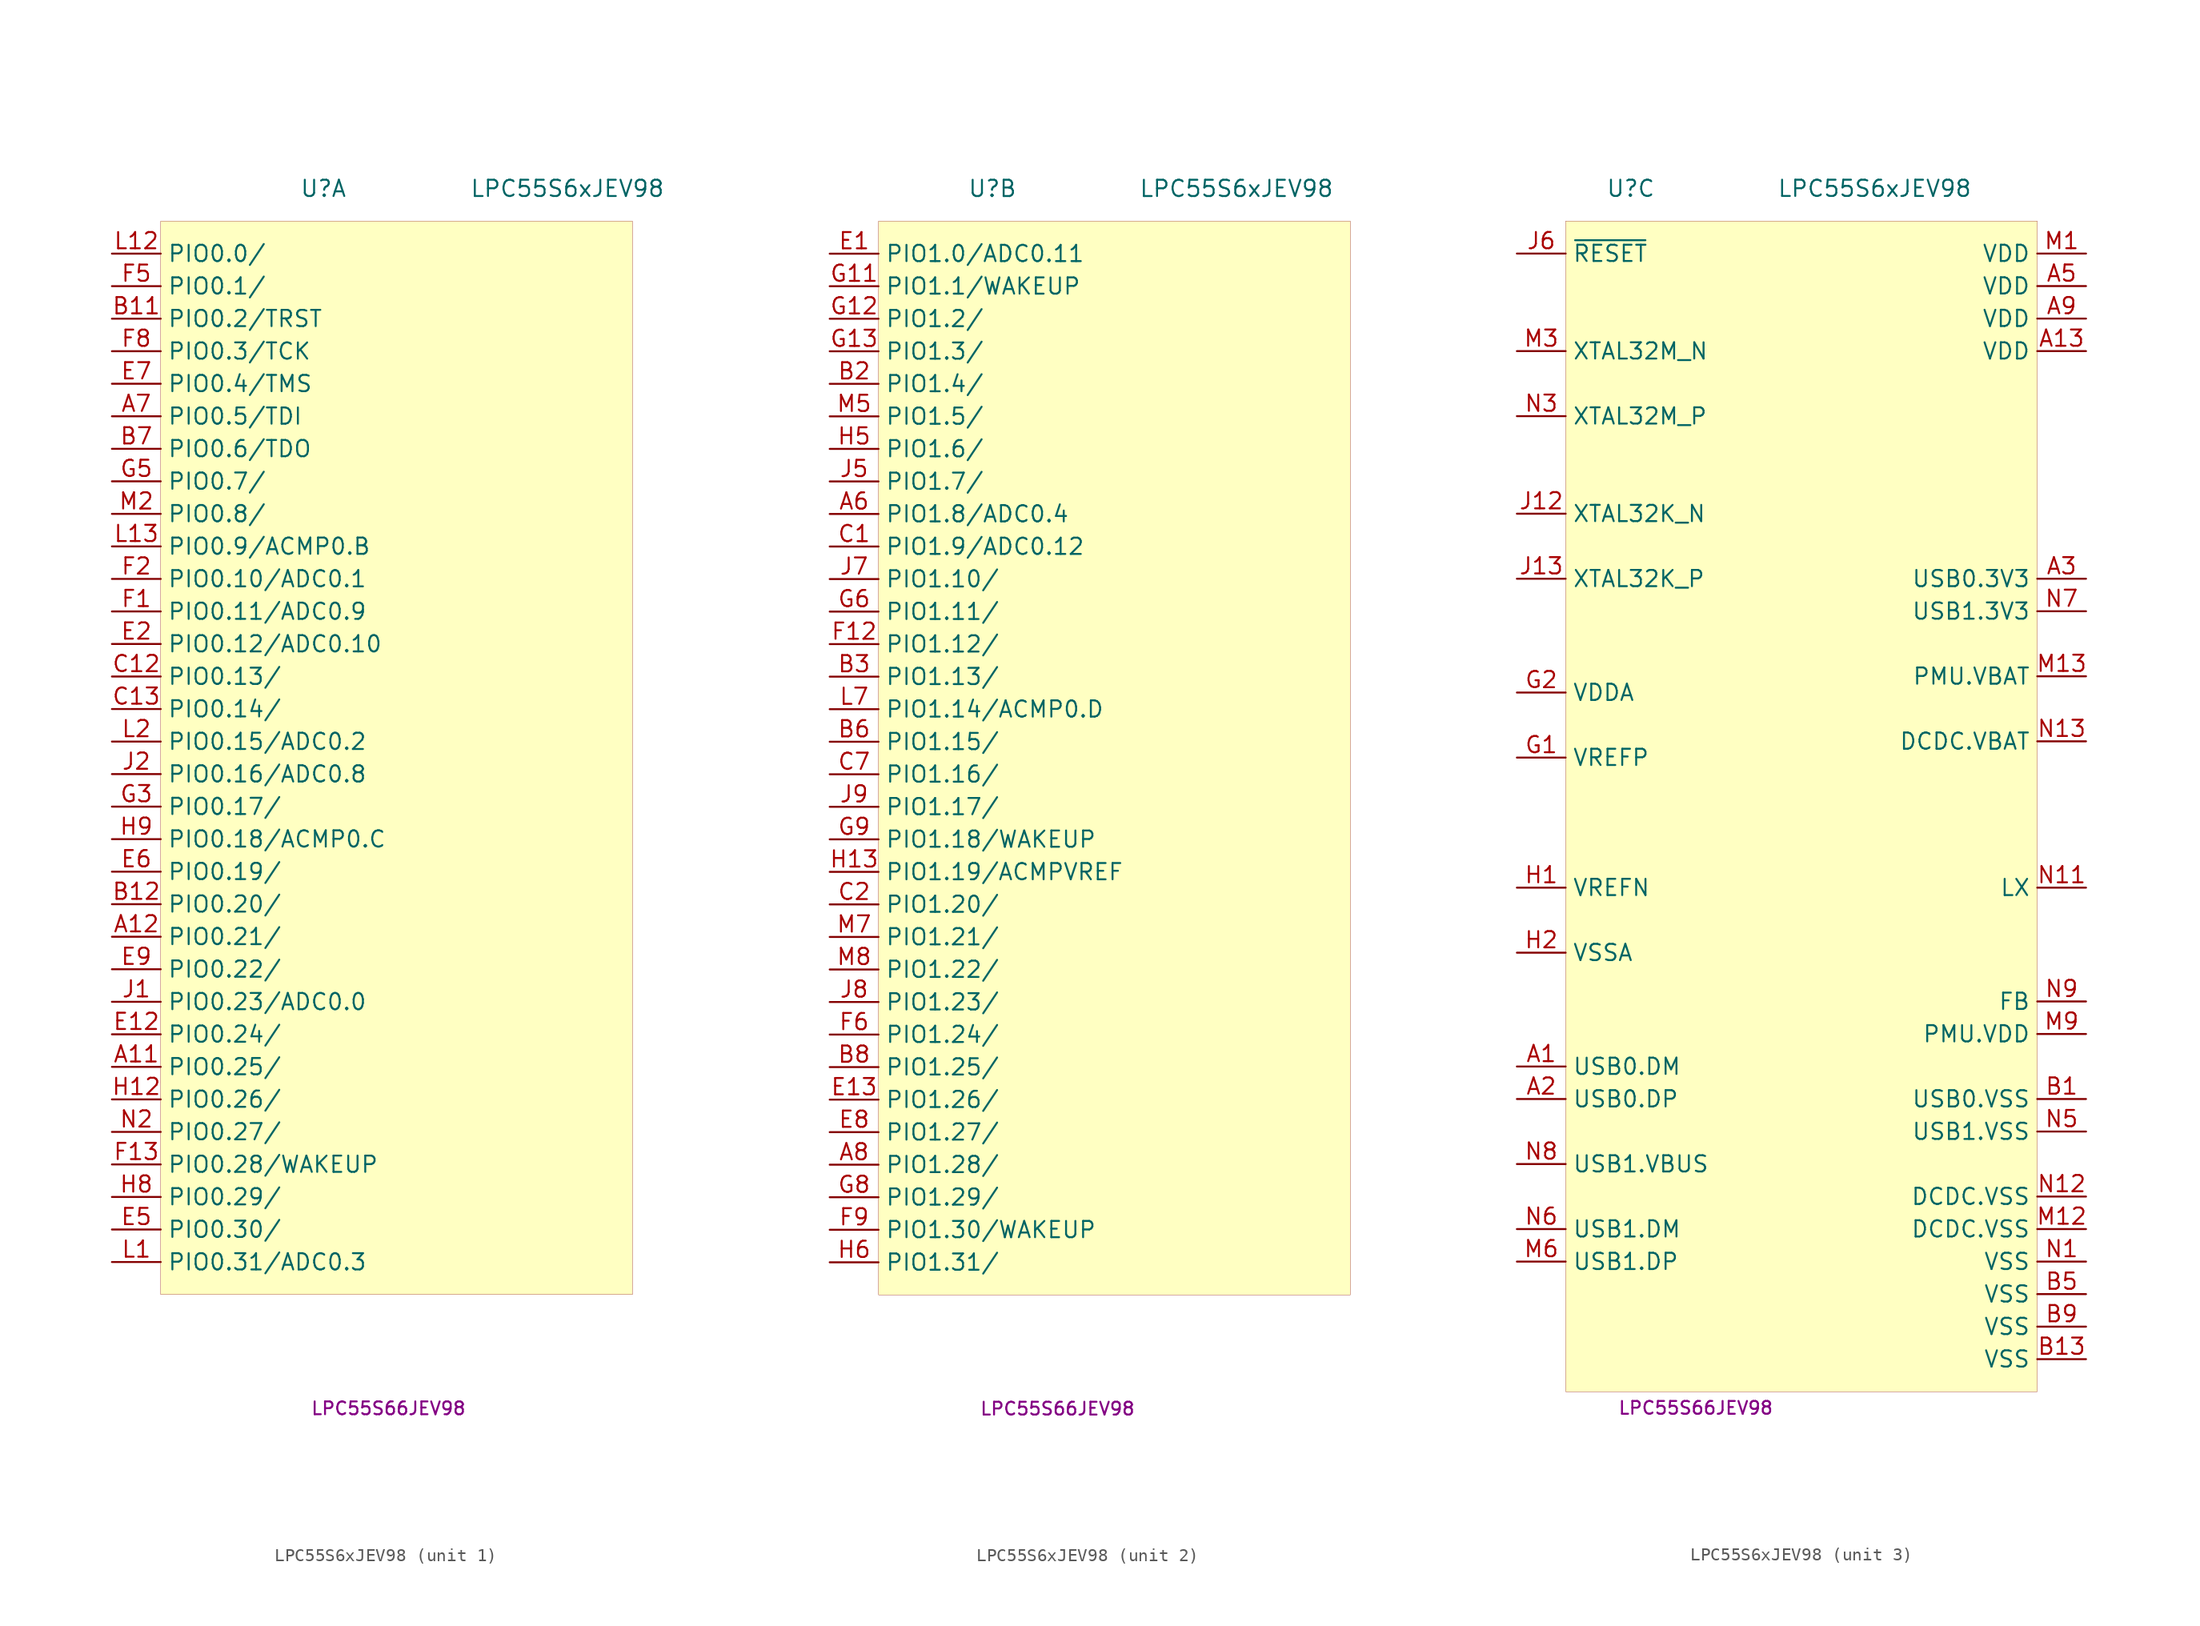
<source format=kicad_sym>
(kicad_symbol_lib
  (version 20231120)
  (generator "kicad_symbol_editor")
  (generator_version "8.0")
  (symbol "LPC55S6xJEV98"
    (property "Reference" "U"
      (at -5.08 46.99 0)
      (effects (font (size 1.27 1.27))))
    (property "Value" "LPC55S6xJEV98"
      (at 13.97 46.99 0)
      (effects (font (size 1.27 1.27))))
    (property "MPN" "LPC55S66JEV98"
      (at 0 -48.26 0)
      (effects (font (size 1 1))))
    (property "ki_locked" ""
      (at 0 0 0)
      (effects (font (size 1.27 1.27))))
    (symbol "LPC55S6xJEV98_1_1"
      (rectangle (start -17.78 44.45) (end 19.05 -39.37) (stroke (width 0.001) (type default)) (fill (type background)))
      (pin bidirectional line (at -21.59 -21.59 0) (length 3.81) (name "PIO0.25/" (effects (font (size 1.27 1.27)))) (number "A11" (effects (font (size 1.27 1.27)))))
      (pin bidirectional line (at -21.59 -11.43 0) (length 3.81) (name "PIO0.21/" (effects (font (size 1.27 1.27)))) (number "A12" (effects (font (size 1.27 1.27)))))
      (pin bidirectional line (at -21.59 29.21 0) (length 3.81) (name "PIO0.5/TDI" (effects (font (size 1.27 1.27)))) (number "A7" (effects (font (size 1.27 1.27)))))
      (pin bidirectional line (at -21.59 36.83 0) (length 3.81) (name "PIO0.2/TRST" (effects (font (size 1.27 1.27)))) (number "B11" (effects (font (size 1.27 1.27)))))
      (pin bidirectional line (at -21.59 -8.89 0) (length 3.81) (name "PIO0.20/" (effects (font (size 1.27 1.27)))) (number "B12" (effects (font (size 1.27 1.27)))))
      (pin bidirectional line (at -21.59 26.67 0) (length 3.81) (name "PIO0.6/TDO" (effects (font (size 1.27 1.27)))) (number "B7" (effects (font (size 1.27 1.27)))))
      (pin bidirectional line (at -21.59 8.89 0) (length 3.81) (name "PIO0.13/" (effects (font (size 1.27 1.27)))) (number "C12" (effects (font (size 1.27 1.27)))))
      (pin bidirectional line (at -21.59 6.35 0) (length 3.81) (name "PIO0.14/" (effects (font (size 1.27 1.27)))) (number "C13" (effects (font (size 1.27 1.27)))))
      (pin bidirectional line (at -21.59 -19.05 0) (length 3.81) (name "PIO0.24/" (effects (font (size 1.27 1.27)))) (number "E12" (effects (font (size 1.27 1.27)))))
      (pin bidirectional line (at -21.59 11.43 0) (length 3.81) (name "PIO0.12/ADC0.10" (effects (font (size 1.27 1.27)))) (number "E2" (effects (font (size 1.27 1.27)))))
      (pin bidirectional line (at -21.59 -34.29 0) (length 3.81) (name "PIO0.30/" (effects (font (size 1.27 1.27)))) (number "E5" (effects (font (size 1.27 1.27)))))
      (pin bidirectional line (at -21.59 -6.35 0) (length 3.81) (name "PIO0.19/" (effects (font (size 1.27 1.27)))) (number "E6" (effects (font (size 1.27 1.27)))))
      (pin bidirectional line (at -21.59 31.75 0) (length 3.81) (name "PIO0.4/TMS" (effects (font (size 1.27 1.27)))) (number "E7" (effects (font (size 1.27 1.27)))))
      (pin bidirectional line (at -21.59 -13.97 0) (length 3.81) (name "PIO0.22/" (effects (font (size 1.27 1.27)))) (number "E9" (effects (font (size 1.27 1.27)))))
      (pin bidirectional line (at -21.59 13.97 0) (length 3.81) (name "PIO0.11/ADC0.9" (effects (font (size 1.27 1.27)))) (number "F1" (effects (font (size 1.27 1.27)))))
      (pin bidirectional line (at -21.59 -29.21 0) (length 3.81) (name "PIO0.28/WAKEUP" (effects (font (size 1.27 1.27)))) (number "F13" (effects (font (size 1.27 1.27)))))
      (pin bidirectional line (at -21.59 16.51 0) (length 3.81) (name "PIO0.10/ADC0.1" (effects (font (size 1.27 1.27)))) (number "F2" (effects (font (size 1.27 1.27)))))
      (pin bidirectional line (at -21.59 39.37 0) (length 3.81) (name "PIO0.1/" (effects (font (size 1.27 1.27)))) (number "F5" (effects (font (size 1.27 1.27)))))
      (pin bidirectional line (at -21.59 34.29 0) (length 3.81) (name "PIO0.3/TCK" (effects (font (size 1.27 1.27)))) (number "F8" (effects (font (size 1.27 1.27)))))
      (pin bidirectional line (at -21.59 -1.27 0) (length 3.81) (name "PIO0.17/" (effects (font (size 1.27 1.27)))) (number "G3" (effects (font (size 1.27 1.27)))))
      (pin bidirectional line (at -21.59 24.13 0) (length 3.81) (name "PIO0.7/" (effects (font (size 1.27 1.27)))) (number "G5" (effects (font (size 1.27 1.27)))))
      (pin bidirectional line (at -21.59 -24.13 0) (length 3.81) (name "PIO0.26/" (effects (font (size 1.27 1.27)))) (number "H12" (effects (font (size 1.27 1.27)))))
      (pin bidirectional line (at -21.59 -31.75 0) (length 3.81) (name "PIO0.29/" (effects (font (size 1.27 1.27)))) (number "H8" (effects (font (size 1.27 1.27)))))
      (pin bidirectional line (at -21.59 -3.81 0) (length 3.81) (name "PIO0.18/ACMP0.C" (effects (font (size 1.27 1.27)))) (number "H9" (effects (font (size 1.27 1.27)))))
      (pin bidirectional line (at -21.59 -16.51 0) (length 3.81) (name "PIO0.23/ADC0.0" (effects (font (size 1.27 1.27)))) (number "J1" (effects (font (size 1.27 1.27)))))
      (pin bidirectional line (at -21.59 1.27 0) (length 3.81) (name "PIO0.16/ADC0.8" (effects (font (size 1.27 1.27)))) (number "J2" (effects (font (size 1.27 1.27)))))
      (pin bidirectional line (at -21.59 -36.83 0) (length 3.81) (name "PIO0.31/ADC0.3" (effects (font (size 1.27 1.27)))) (number "L1" (effects (font (size 1.27 1.27)))))
      (pin bidirectional line (at -21.59 41.91 0) (length 3.81) (name "PIO0.0/" (effects (font (size 1.27 1.27)))) (number "L12" (effects (font (size 1.27 1.27)))))
      (pin bidirectional line (at -21.59 19.05 0) (length 3.81) (name "PIO0.9/ACMP0.B" (effects (font (size 1.27 1.27)))) (number "L13" (effects (font (size 1.27 1.27)))))
      (pin bidirectional line (at -21.59 3.81 0) (length 3.81) (name "PIO0.15/ADC0.2" (effects (font (size 1.27 1.27)))) (number "L2" (effects (font (size 1.27 1.27)))))
      (pin bidirectional line (at -21.59 21.59 0) (length 3.81) (name "PIO0.8/" (effects (font (size 1.27 1.27)))) (number "M2" (effects (font (size 1.27 1.27)))))
      (pin bidirectional line (at -21.59 -26.67 0) (length 3.81) (name "PIO0.27/" (effects (font (size 1.27 1.27)))) (number "N2" (effects (font (size 1.27 1.27))))))
    (symbol "LPC55S6xJEV98_2_1"
      (rectangle (start -13.97 44.45) (end 22.86 -39.37) (stroke (width 0.001) (type default)) (fill (type background)))
      (pin bidirectional line (at -17.78 21.59 0) (length 3.81) (name "PIO1.8/ADC0.4" (effects (font (size 1.27 1.27)))) (number "A6" (effects (font (size 1.27 1.27)))))
      (pin bidirectional line (at -17.78 -29.21 0) (length 3.81) (name "PIO1.28/" (effects (font (size 1.27 1.27)))) (number "A8" (effects (font (size 1.27 1.27)))))
      (pin bidirectional line (at -17.78 31.75 0) (length 3.81) (name "PIO1.4/" (effects (font (size 1.27 1.27)))) (number "B2" (effects (font (size 1.27 1.27)))))
      (pin bidirectional line (at -17.78 8.89 0) (length 3.81) (name "PIO1.13/" (effects (font (size 1.27 1.27)))) (number "B3" (effects (font (size 1.27 1.27)))))
      (pin bidirectional line (at -17.78 3.81 0) (length 3.81) (name "PIO1.15/" (effects (font (size 1.27 1.27)))) (number "B6" (effects (font (size 1.27 1.27)))))
      (pin bidirectional line (at -17.78 -21.59 0) (length 3.81) (name "PIO1.25/" (effects (font (size 1.27 1.27)))) (number "B8" (effects (font (size 1.27 1.27)))))
      (pin bidirectional line (at -17.78 19.05 0) (length 3.81) (name "PIO1.9/ADC0.12" (effects (font (size 1.27 1.27)))) (number "C1" (effects (font (size 1.27 1.27)))))
      (pin bidirectional line (at -17.78 -8.89 0) (length 3.81) (name "PIO1.20/" (effects (font (size 1.27 1.27)))) (number "C2" (effects (font (size 1.27 1.27)))))
      (pin bidirectional line (at -17.78 1.27 0) (length 3.81) (name "PIO1.16/" (effects (font (size 1.27 1.27)))) (number "C7" (effects (font (size 1.27 1.27)))))
      (pin bidirectional line (at -17.78 41.91 0) (length 3.81) (name "PIO1.0/ADC0.11" (effects (font (size 1.27 1.27)))) (number "E1" (effects (font (size 1.27 1.27)))))
      (pin bidirectional line (at -17.78 -24.13 0) (length 3.81) (name "PIO1.26/" (effects (font (size 1.27 1.27)))) (number "E13" (effects (font (size 1.27 1.27)))))
      (pin bidirectional line (at -17.78 -26.67 0) (length 3.81) (name "PIO1.27/" (effects (font (size 1.27 1.27)))) (number "E8" (effects (font (size 1.27 1.27)))))
      (pin bidirectional line (at -17.78 11.43 0) (length 3.81) (name "PIO1.12/" (effects (font (size 1.27 1.27)))) (number "F12" (effects (font (size 1.27 1.27)))))
      (pin bidirectional line (at -17.78 -19.05 0) (length 3.81) (name "PIO1.24/" (effects (font (size 1.27 1.27)))) (number "F6" (effects (font (size 1.27 1.27)))))
      (pin bidirectional line (at -17.78 -34.29 0) (length 3.81) (name "PIO1.30/WAKEUP" (effects (font (size 1.27 1.27)))) (number "F9" (effects (font (size 1.27 1.27)))))
      (pin bidirectional line (at -17.78 39.37 0) (length 3.81) (name "PIO1.1/WAKEUP" (effects (font (size 1.27 1.27)))) (number "G11" (effects (font (size 1.27 1.27)))))
      (pin bidirectional line (at -17.78 36.83 0) (length 3.81) (name "PIO1.2/" (effects (font (size 1.27 1.27)))) (number "G12" (effects (font (size 1.27 1.27)))))
      (pin bidirectional line (at -17.78 34.29 0) (length 3.81) (name "PIO1.3/" (effects (font (size 1.27 1.27)))) (number "G13" (effects (font (size 1.27 1.27)))))
      (pin bidirectional line (at -17.78 13.97 0) (length 3.81) (name "PIO1.11/" (effects (font (size 1.27 1.27)))) (number "G6" (effects (font (size 1.27 1.27)))))
      (pin bidirectional line (at -17.78 -31.75 0) (length 3.81) (name "PIO1.29/" (effects (font (size 1.27 1.27)))) (number "G8" (effects (font (size 1.27 1.27)))))
      (pin bidirectional line (at -17.78 -3.81 0) (length 3.81) (name "PIO1.18/WAKEUP" (effects (font (size 1.27 1.27)))) (number "G9" (effects (font (size 1.27 1.27)))))
      (pin bidirectional line (at -17.78 -6.35 0) (length 3.81) (name "PIO1.19/ACMPVREF" (effects (font (size 1.27 1.27)))) (number "H13" (effects (font (size 1.27 1.27)))))
      (pin bidirectional line (at -17.78 26.67 0) (length 3.81) (name "PIO1.6/" (effects (font (size 1.27 1.27)))) (number "H5" (effects (font (size 1.27 1.27)))))
      (pin bidirectional line (at -17.78 -36.83 0) (length 3.81) (name "PIO1.31/" (effects (font (size 1.27 1.27)))) (number "H6" (effects (font (size 1.27 1.27)))))
      (pin bidirectional line (at -17.78 24.13 0) (length 3.81) (name "PIO1.7/" (effects (font (size 1.27 1.27)))) (number "J5" (effects (font (size 1.27 1.27)))))
      (pin bidirectional line (at -17.78 16.51 0) (length 3.81) (name "PIO1.10/" (effects (font (size 1.27 1.27)))) (number "J7" (effects (font (size 1.27 1.27)))))
      (pin bidirectional line (at -17.78 -16.51 0) (length 3.81) (name "PIO1.23/" (effects (font (size 1.27 1.27)))) (number "J8" (effects (font (size 1.27 1.27)))))
      (pin bidirectional line (at -17.78 -1.27 0) (length 3.81) (name "PIO1.17/" (effects (font (size 1.27 1.27)))) (number "J9" (effects (font (size 1.27 1.27)))))
      (pin bidirectional line (at -17.78 6.35 0) (length 3.81) (name "PIO1.14/ACMP0.D" (effects (font (size 1.27 1.27)))) (number "L7" (effects (font (size 1.27 1.27)))))
      (pin bidirectional line (at -17.78 29.21 0) (length 3.81) (name "PIO1.5/" (effects (font (size 1.27 1.27)))) (number "M5" (effects (font (size 1.27 1.27)))))
      (pin bidirectional line (at -17.78 -11.43 0) (length 3.81) (name "PIO1.21/" (effects (font (size 1.27 1.27)))) (number "M7" (effects (font (size 1.27 1.27)))))
      (pin bidirectional line (at -17.78 -13.97 0) (length 3.81) (name "PIO1.22/" (effects (font (size 1.27 1.27)))) (number "M8" (effects (font (size 1.27 1.27))))))
    (symbol "LPC55S6xJEV98_3_1"
      (rectangle (start -10.16 44.45) (end 26.67 -46.99) (stroke (width 0.001) (type default)) (fill (type background)))
      (pin bidirectional line (at -13.97 -21.59 0) (length 3.81) (name "USB0.DM" (effects (font (size 1.27 1.27)))) (number "A1" (effects (font (size 1.27 1.27)))))
      (pin power_in line (at 30.48 34.29 180) (length 3.81) (name "VDD" (effects (font (size 1.27 1.27)))) (number "A13" (effects (font (size 1.27 1.27)))))
      (pin bidirectional line (at -13.97 -24.13 0) (length 3.81) (name "USB0.DP" (effects (font (size 1.27 1.27)))) (number "A2" (effects (font (size 1.27 1.27)))))
      (pin power_in line (at 30.48 16.51 180) (length 3.81) (name "USB0.3V3" (effects (font (size 1.27 1.27)))) (number "A3" (effects (font (size 1.27 1.27)))))
      (pin power_in line (at 30.48 39.37 180) (length 3.81) (name "VDD" (effects (font (size 1.27 1.27)))) (number "A5" (effects (font (size 1.27 1.27)))))
      (pin power_in line (at 30.48 36.83 180) (length 3.81) (name "VDD" (effects (font (size 1.27 1.27)))) (number "A9" (effects (font (size 1.27 1.27)))))
      (pin bidirectional line (at 30.48 -24.13 180) (length 3.81) (name "USB0.VSS" (effects (font (size 1.27 1.27)))) (number "B1" (effects (font (size 1.27 1.27)))))
      (pin power_in line (at 30.48 -44.45 180) (length 3.81) (name "VSS" (effects (font (size 1.27 1.27)))) (number "B13" (effects (font (size 1.27 1.27)))))
      (pin power_in line (at 30.48 -39.37 180) (length 3.81) (name "VSS" (effects (font (size 1.27 1.27)))) (number "B5" (effects (font (size 1.27 1.27)))))
      (pin power_in line (at 30.48 -41.91 180) (length 3.81) (name "VSS" (effects (font (size 1.27 1.27)))) (number "B9" (effects (font (size 1.27 1.27)))))
      (pin passive line (at -13.97 2.54 0) (length 3.81) (name "VREFP" (effects (font (size 1.27 1.27)))) (number "G1" (effects (font (size 1.27 1.27)))))
      (pin power_in line (at -13.97 7.62 0) (length 3.81) (name "VDDA" (effects (font (size 1.27 1.27)))) (number "G2" (effects (font (size 1.27 1.27)))))
      (pin passive line (at -13.97 -7.62 0) (length 3.81) (name "VREFN" (effects (font (size 1.27 1.27)))) (number "H1" (effects (font (size 1.27 1.27)))))
      (pin passive line (at -13.97 -12.7 0) (length 3.81) (name "VSSA" (effects (font (size 1.27 1.27)))) (number "H2" (effects (font (size 1.27 1.27)))))
      (pin output line (at -13.97 21.59 0) (length 3.81) (name "XTAL32K_N" (effects (font (size 1.27 1.27)))) (number "J12" (effects (font (size 1.27 1.27)))))
      (pin input line (at -13.97 16.51 0) (length 3.81) (name "XTAL32K_P" (effects (font (size 1.27 1.27)))) (number "J13" (effects (font (size 1.27 1.27)))))
      (pin input line (at -13.97 41.91 0) (length 3.81) (name "~{RESET}" (effects (font (size 1.27 1.27)))) (number "J6" (effects (font (size 1.27 1.27)))))
      (pin power_in line (at 30.48 41.91 180) (length 3.81) (name "VDD" (effects (font (size 1.27 1.27)))) (number "M1" (effects (font (size 1.27 1.27)))))
      (pin power_in line (at 30.48 -34.29 180) (length 3.81) (name "DCDC.VSS" (effects (font (size 1.27 1.27)))) (number "M12" (effects (font (size 1.27 1.27)))))
      (pin power_in line (at 30.48 8.89 180) (length 3.81) (name "PMU.VBAT" (effects (font (size 1.27 1.27)))) (number "M13" (effects (font (size 1.27 1.27)))))
      (pin output line (at -13.97 34.29 0) (length 3.81) (name "XTAL32M_N" (effects (font (size 1.27 1.27)))) (number "M3" (effects (font (size 1.27 1.27)))))
      (pin bidirectional line (at -13.97 -36.83 0) (length 3.81) (name "USB1.DP" (effects (font (size 1.27 1.27)))) (number "M6" (effects (font (size 1.27 1.27)))))
      (pin power_in line (at 30.48 -19.05 180) (length 3.81) (name "PMU.VDD" (effects (font (size 1.27 1.27)))) (number "M9" (effects (font (size 1.27 1.27)))))
      (pin power_in line (at 30.48 -36.83 180) (length 3.81) (name "VSS" (effects (font (size 1.27 1.27)))) (number "N1" (effects (font (size 1.27 1.27)))))
      (pin power_out line (at 30.48 -7.62 180) (length 3.81) (name "LX" (effects (font (size 1.27 1.27)))) (number "N11" (effects (font (size 1.27 1.27)))))
      (pin power_in line (at 30.48 -31.75 180) (length 3.81) (name "DCDC.VSS" (effects (font (size 1.27 1.27)))) (number "N12" (effects (font (size 1.27 1.27)))))
      (pin power_in line (at 30.48 3.81 180) (length 3.81) (name "DCDC.VBAT" (effects (font (size 1.27 1.27)))) (number "N13" (effects (font (size 1.27 1.27)))))
      (pin input line (at -13.97 29.21 0) (length 3.81) (name "XTAL32M_P" (effects (font (size 1.27 1.27)))) (number "N3" (effects (font (size 1.27 1.27)))))
      (pin power_in line (at 30.48 -26.67 180) (length 3.81) (name "USB1.VSS" (effects (font (size 1.27 1.27)))) (number "N5" (effects (font (size 1.27 1.27)))))
      (pin bidirectional line (at -13.97 -34.29 0) (length 3.81) (name "USB1.DM" (effects (font (size 1.27 1.27)))) (number "N6" (effects (font (size 1.27 1.27)))))
      (pin power_in line (at 30.48 13.97 180) (length 3.81) (name "USB1.3V3" (effects (font (size 1.27 1.27)))) (number "N7" (effects (font (size 1.27 1.27)))))
      (pin bidirectional line (at -13.97 -29.21 0) (length 3.81) (name "USB1.VBUS" (effects (font (size 1.27 1.27)))) (number "N8" (effects (font (size 1.27 1.27)))))
      (pin passive line (at 30.48 -16.51 180) (length 3.81) (name "FB" (effects (font (size 1.27 1.27)))) (number "N9" (effects (font (size 1.27 1.27))))))))
</source>
